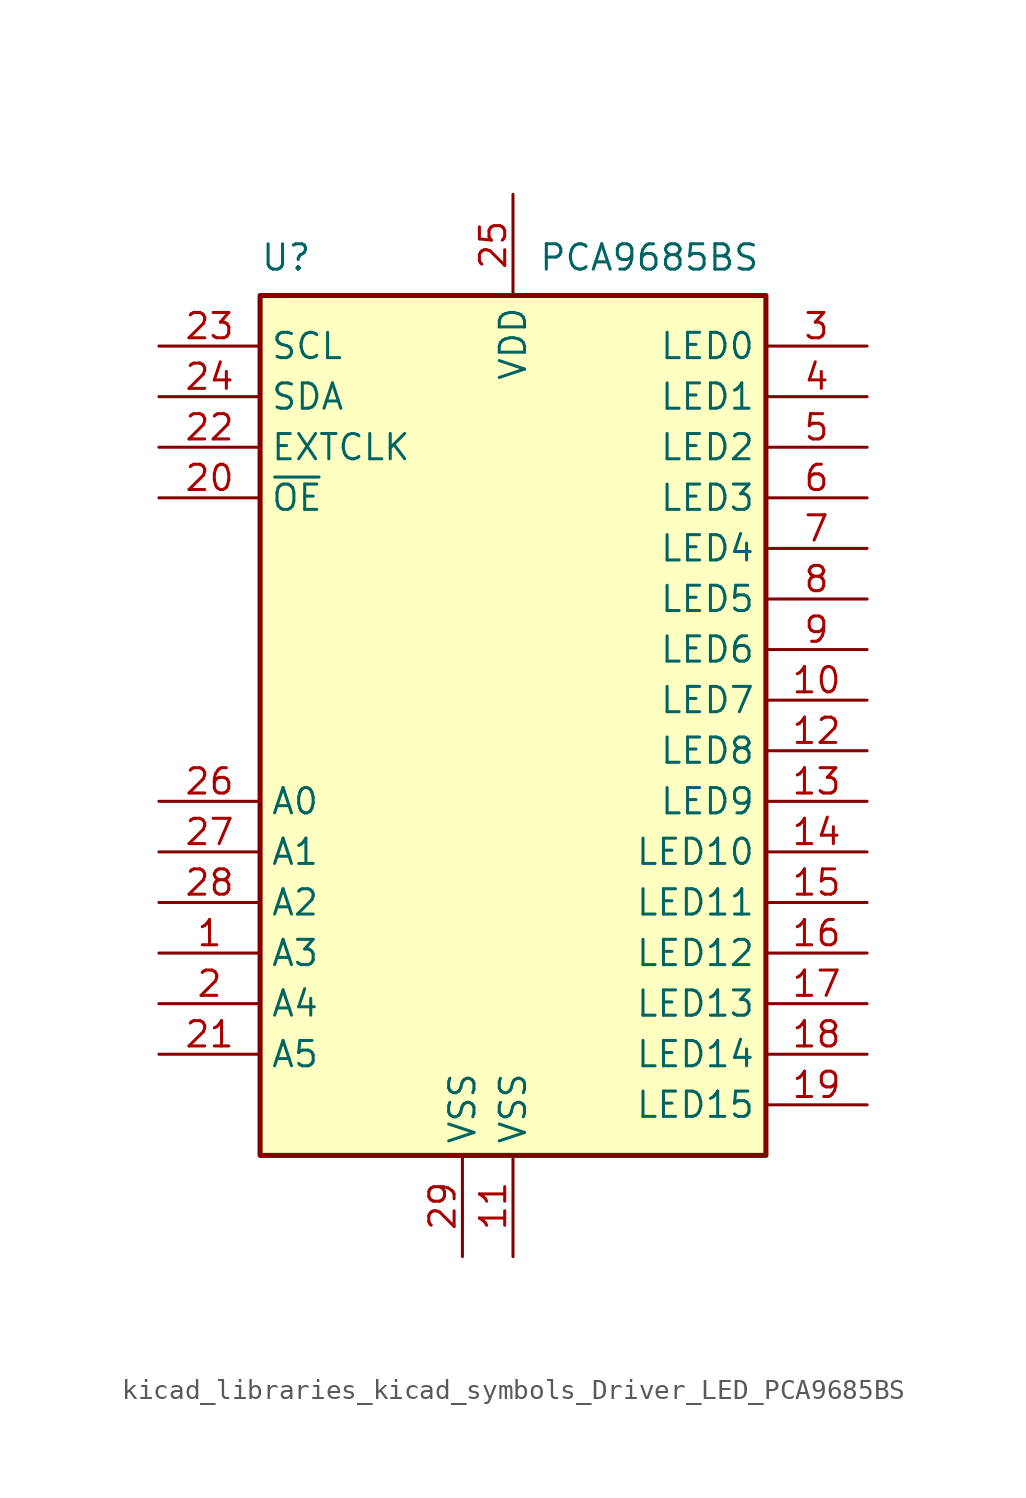
<source format=kicad_sym>
(kicad_symbol_lib
  (version 20220914)
  (generator kicad_symbol_editor)
  (symbol "kicad_libraries_kicad_symbols_Driver_LED_PCA9685BS"
    (property "Reference" "U"
      (at -12.7 22.225 0)
      (effects (font (size 1.27 1.27)) (justify left)))
    (property "Value" "PCA9685BS"
      (at 1.27 22.225 0)
      (effects (font (size 1.27 1.27)) (justify left)))
    (symbol "kicad_libraries_kicad_symbols_Driver_LED_PCA9685BS_0_1"
      (rectangle (start -12.7 20.32) (end 12.7 -22.86) (stroke (width 0.254) (type default)) (fill (type background))))
    (symbol "kicad_libraries_kicad_symbols_Driver_LED_PCA9685BS_1_1"
      (pin input line (at -17.78 -12.7 0) (length 5.08) (name "A3" (effects (font (size 1.27 1.27)))) (number "1" (effects (font (size 1.27 1.27)))))
      (pin output line (at 17.78 0 180) (length 5.08) (name "LED7" (effects (font (size 1.27 1.27)))) (number "10" (effects (font (size 1.27 1.27)))))
      (pin power_in line (at 0 -27.94 90) (length 5.08) (name "VSS" (effects (font (size 1.27 1.27)))) (number "11" (effects (font (size 1.27 1.27)))))
      (pin output line (at 17.78 -2.54 180) (length 5.08) (name "LED8" (effects (font (size 1.27 1.27)))) (number "12" (effects (font (size 1.27 1.27)))))
      (pin output line (at 17.78 -5.08 180) (length 5.08) (name "LED9" (effects (font (size 1.27 1.27)))) (number "13" (effects (font (size 1.27 1.27)))))
      (pin output line (at 17.78 -7.62 180) (length 5.08) (name "LED10" (effects (font (size 1.27 1.27)))) (number "14" (effects (font (size 1.27 1.27)))))
      (pin output line (at 17.78 -10.16 180) (length 5.08) (name "LED11" (effects (font (size 1.27 1.27)))) (number "15" (effects (font (size 1.27 1.27)))))
      (pin output line (at 17.78 -12.7 180) (length 5.08) (name "LED12" (effects (font (size 1.27 1.27)))) (number "16" (effects (font (size 1.27 1.27)))))
      (pin output line (at 17.78 -15.24 180) (length 5.08) (name "LED13" (effects (font (size 1.27 1.27)))) (number "17" (effects (font (size 1.27 1.27)))))
      (pin output line (at 17.78 -17.78 180) (length 5.08) (name "LED14" (effects (font (size 1.27 1.27)))) (number "18" (effects (font (size 1.27 1.27)))))
      (pin output line (at 17.78 -20.32 180) (length 5.08) (name "LED15" (effects (font (size 1.27 1.27)))) (number "19" (effects (font (size 1.27 1.27)))))
      (pin input line (at -17.78 -15.24 0) (length 5.08) (name "A4" (effects (font (size 1.27 1.27)))) (number "2" (effects (font (size 1.27 1.27)))))
      (pin input line (at -17.78 10.16 0) (length 5.08) (name "~{OE}" (effects (font (size 1.27 1.27)))) (number "20" (effects (font (size 1.27 1.27)))))
      (pin input line (at -17.78 -17.78 0) (length 5.08) (name "A5" (effects (font (size 1.27 1.27)))) (number "21" (effects (font (size 1.27 1.27)))))
      (pin input line (at -17.78 12.7 0) (length 5.08) (name "EXTCLK" (effects (font (size 1.27 1.27)))) (number "22" (effects (font (size 1.27 1.27)))))
      (pin input line (at -17.78 17.78 0) (length 5.08) (name "SCL" (effects (font (size 1.27 1.27)))) (number "23" (effects (font (size 1.27 1.27)))))
      (pin bidirectional line (at -17.78 15.24 0) (length 5.08) (name "SDA" (effects (font (size 1.27 1.27)))) (number "24" (effects (font (size 1.27 1.27)))))
      (pin power_in line (at 0 25.4 270) (length 5.08) (name "VDD" (effects (font (size 1.27 1.27)))) (number "25" (effects (font (size 1.27 1.27)))))
      (pin input line (at -17.78 -5.08 0) (length 5.08) (name "A0" (effects (font (size 1.27 1.27)))) (number "26" (effects (font (size 1.27 1.27)))))
      (pin input line (at -17.78 -7.62 0) (length 5.08) (name "A1" (effects (font (size 1.27 1.27)))) (number "27" (effects (font (size 1.27 1.27)))))
      (pin input line (at -17.78 -10.16 0) (length 5.08) (name "A2" (effects (font (size 1.27 1.27)))) (number "28" (effects (font (size 1.27 1.27)))))
      (pin power_in line (at -2.54 -27.94 90) (length 5.08) (name "VSS" (effects (font (size 1.27 1.27)))) (number "29" (effects (font (size 1.27 1.27)))))
      (pin output line (at 17.78 17.78 180) (length 5.08) (name "LED0" (effects (font (size 1.27 1.27)))) (number "3" (effects (font (size 1.27 1.27)))))
      (pin output line (at 17.78 15.24 180) (length 5.08) (name "LED1" (effects (font (size 1.27 1.27)))) (number "4" (effects (font (size 1.27 1.27)))))
      (pin output line (at 17.78 12.7 180) (length 5.08) (name "LED2" (effects (font (size 1.27 1.27)))) (number "5" (effects (font (size 1.27 1.27)))))
      (pin output line (at 17.78 10.16 180) (length 5.08) (name "LED3" (effects (font (size 1.27 1.27)))) (number "6" (effects (font (size 1.27 1.27)))))
      (pin output line (at 17.78 7.62 180) (length 5.08) (name "LED4" (effects (font (size 1.27 1.27)))) (number "7" (effects (font (size 1.27 1.27)))))
      (pin output line (at 17.78 5.08 180) (length 5.08) (name "LED5" (effects (font (size 1.27 1.27)))) (number "8" (effects (font (size 1.27 1.27)))))
      (pin output line (at 17.78 2.54 180) (length 5.08) (name "LED6" (effects (font (size 1.27 1.27)))) (number "9" (effects (font (size 1.27 1.27))))))))
</source>
